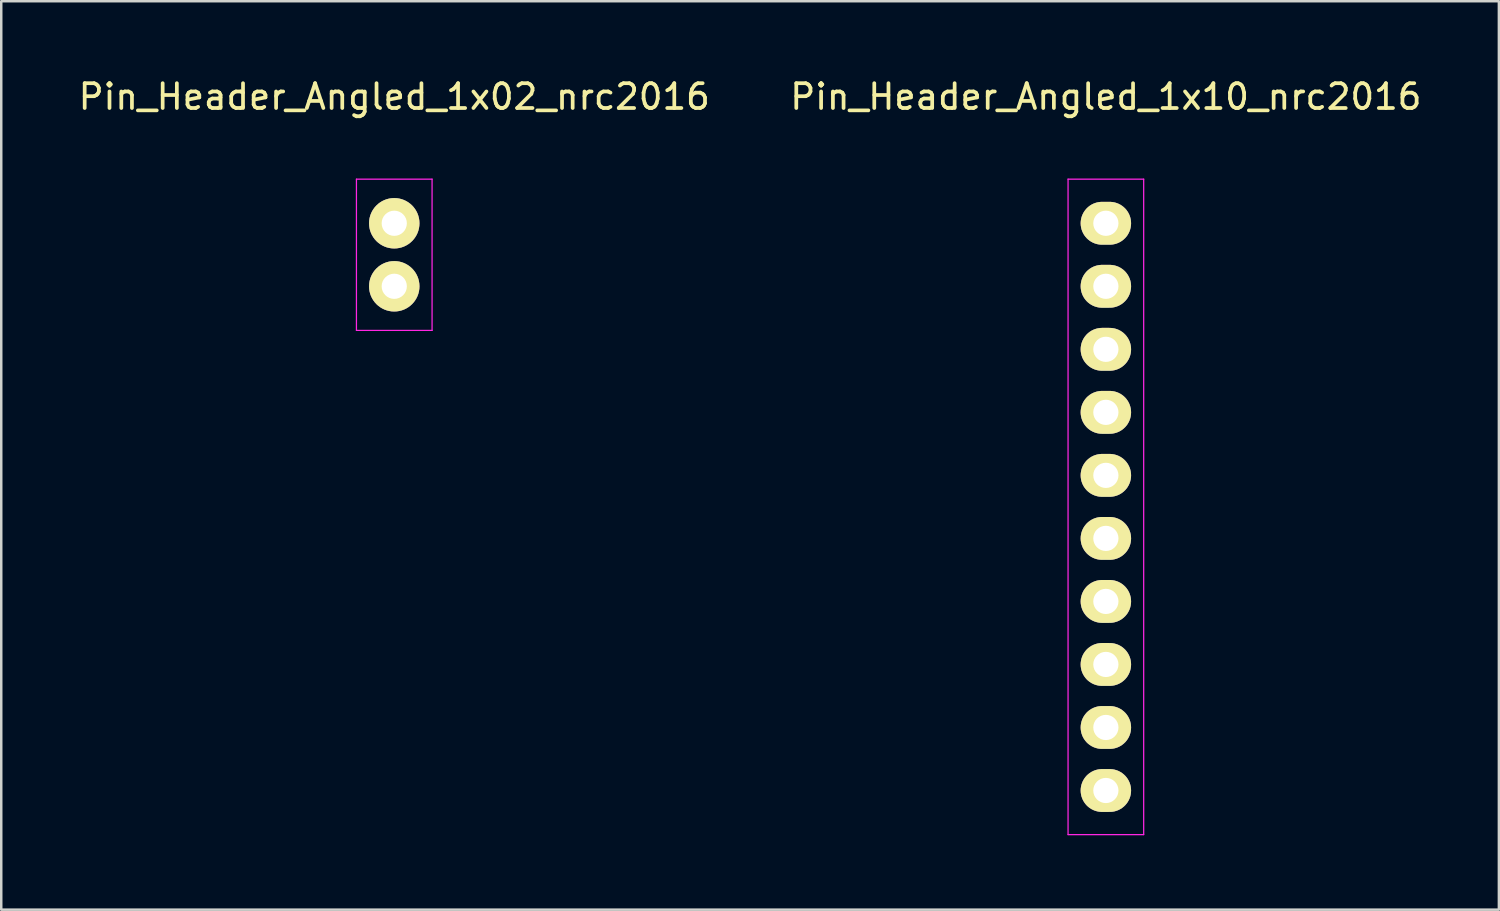
<source format=kicad_pcb>
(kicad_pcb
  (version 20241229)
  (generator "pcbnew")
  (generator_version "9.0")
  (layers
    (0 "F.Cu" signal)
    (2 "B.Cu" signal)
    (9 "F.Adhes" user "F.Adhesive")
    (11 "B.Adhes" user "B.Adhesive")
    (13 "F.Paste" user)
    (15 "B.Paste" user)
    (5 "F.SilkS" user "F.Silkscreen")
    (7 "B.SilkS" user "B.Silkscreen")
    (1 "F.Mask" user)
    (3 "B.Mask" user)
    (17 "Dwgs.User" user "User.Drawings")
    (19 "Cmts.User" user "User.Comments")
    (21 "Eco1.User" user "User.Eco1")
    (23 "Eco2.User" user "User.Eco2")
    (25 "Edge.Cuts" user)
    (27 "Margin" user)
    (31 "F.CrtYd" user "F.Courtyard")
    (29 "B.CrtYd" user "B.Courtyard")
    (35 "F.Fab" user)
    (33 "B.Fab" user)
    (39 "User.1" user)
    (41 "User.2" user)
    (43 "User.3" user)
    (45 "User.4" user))
  (footprint "Pin_Header_Angled_1x02_nrc2016"
    (layer "F.Cu")
    (at 3.949 5.948)
    (property "Reference" "Pin_Header_Angled_1x02_nrc2016" (at 8.89 -5.1 0) (layer "F.SilkS") (effects (font (size 1 1) (thickness 0.15))))
    (attr through_hole)
    (fp_line (start 7.366 -1.778) (end 7.366 4.318) (stroke (width 0.05) (type solid)) (layer "F.CrtYd"))
    (fp_line (start 10.414 -1.778) (end 7.366 -1.778) (stroke (width 0.05) (type solid)) (layer "F.CrtYd"))
    (fp_line (start 10.414 -1.778) (end 10.414 4.318) (stroke (width 0.05) (type solid)) (layer "F.CrtYd"))
    (fp_line (start 10.414 4.318) (end 7.366 4.318) (stroke (width 0.05) (type solid)) (layer "F.CrtYd"))
    (pad "1" thru_hole oval (at 8.89 0 180) (size 2.032 2.032) (drill 1.016) (layers "*.Cu" "*.Mask" "F.SilkS"))
    (pad "2" thru_hole oval (at 8.89 2.54 180) (size 2.032 2.032) (drill 1.016) (layers "*.Cu" "*.Mask" "F.SilkS")))
  (footprint "Pin_Header_Angled_1x10_nrc2016"
    (layer "F.Cu")
    (at 37.708 5.948)
    (property "Reference" "Pin_Header_Angled_1x10_nrc2016" (at 3.81 -5.1 0) (layer "F.SilkS") (effects (font (size 1 1) (thickness 0.15))))
    (attr through_hole)
    (fp_line (start 2.286 -1.778) (end 2.286 24.638) (stroke (width 0.05) (type solid)) (layer "F.CrtYd"))
    (fp_line (start 5.334 -1.778) (end 2.286 -1.778) (stroke (width 0.05) (type solid)) (layer "F.CrtYd"))
    (fp_line (start 5.334 -1.778) (end 5.334 24.638) (stroke (width 0.05) (type solid)) (layer "F.CrtYd"))
    (fp_line (start 5.334 24.638) (end 2.286 24.638) (stroke (width 0.05) (type solid)) (layer "F.CrtYd"))
    (pad "1" thru_hole oval (at 3.81 0 180) (size 2.032 1.727) (drill 1.016) (layers "*.Cu" "*.Mask" "F.SilkS"))
    (pad "2" thru_hole oval (at 3.81 2.54 180) (size 2.032 1.727) (drill 1.016) (layers "*.Cu" "*.Mask" "F.SilkS"))
    (pad "3" thru_hole oval (at 3.81 5.08 180) (size 2.032 1.727) (drill 1.016) (layers "*.Cu" "*.Mask" "F.SilkS"))
    (pad "4" thru_hole oval (at 3.81 7.62 180) (size 2.032 1.727) (drill 1.016) (layers "*.Cu" "*.Mask" "F.SilkS"))
    (pad "5" thru_hole oval (at 3.81 10.16 180) (size 2.032 1.727) (drill 1.016) (layers "*.Cu" "*.Mask" "F.SilkS"))
    (pad "6" thru_hole oval (at 3.81 12.7 180) (size 2.032 1.727) (drill 1.016) (layers "*.Cu" "*.Mask" "F.SilkS"))
    (pad "7" thru_hole oval (at 3.81 15.24 180) (size 2.032 1.727) (drill 1.016) (layers "*.Cu" "*.Mask" "F.SilkS"))
    (pad "8" thru_hole oval (at 3.81 17.78 180) (size 2.032 1.727) (drill 1.016) (layers "*.Cu" "*.Mask" "F.SilkS"))
    (pad "9" thru_hole oval (at 3.81 20.32 180) (size 2.032 1.727) (drill 1.016) (layers "*.Cu" "*.Mask" "F.SilkS"))
    (pad "10" thru_hole oval (at 3.81 22.86 180) (size 2.032 1.727) (drill 1.016) (layers "*.Cu" "*.Mask" "F.SilkS")))
  (gr_rect
    (start -3 -3)
    (end 57.357 33.611)
    (stroke (width 0.1) (type default))
    (fill no)
    (layer "Edge.Cuts")))
</source>
